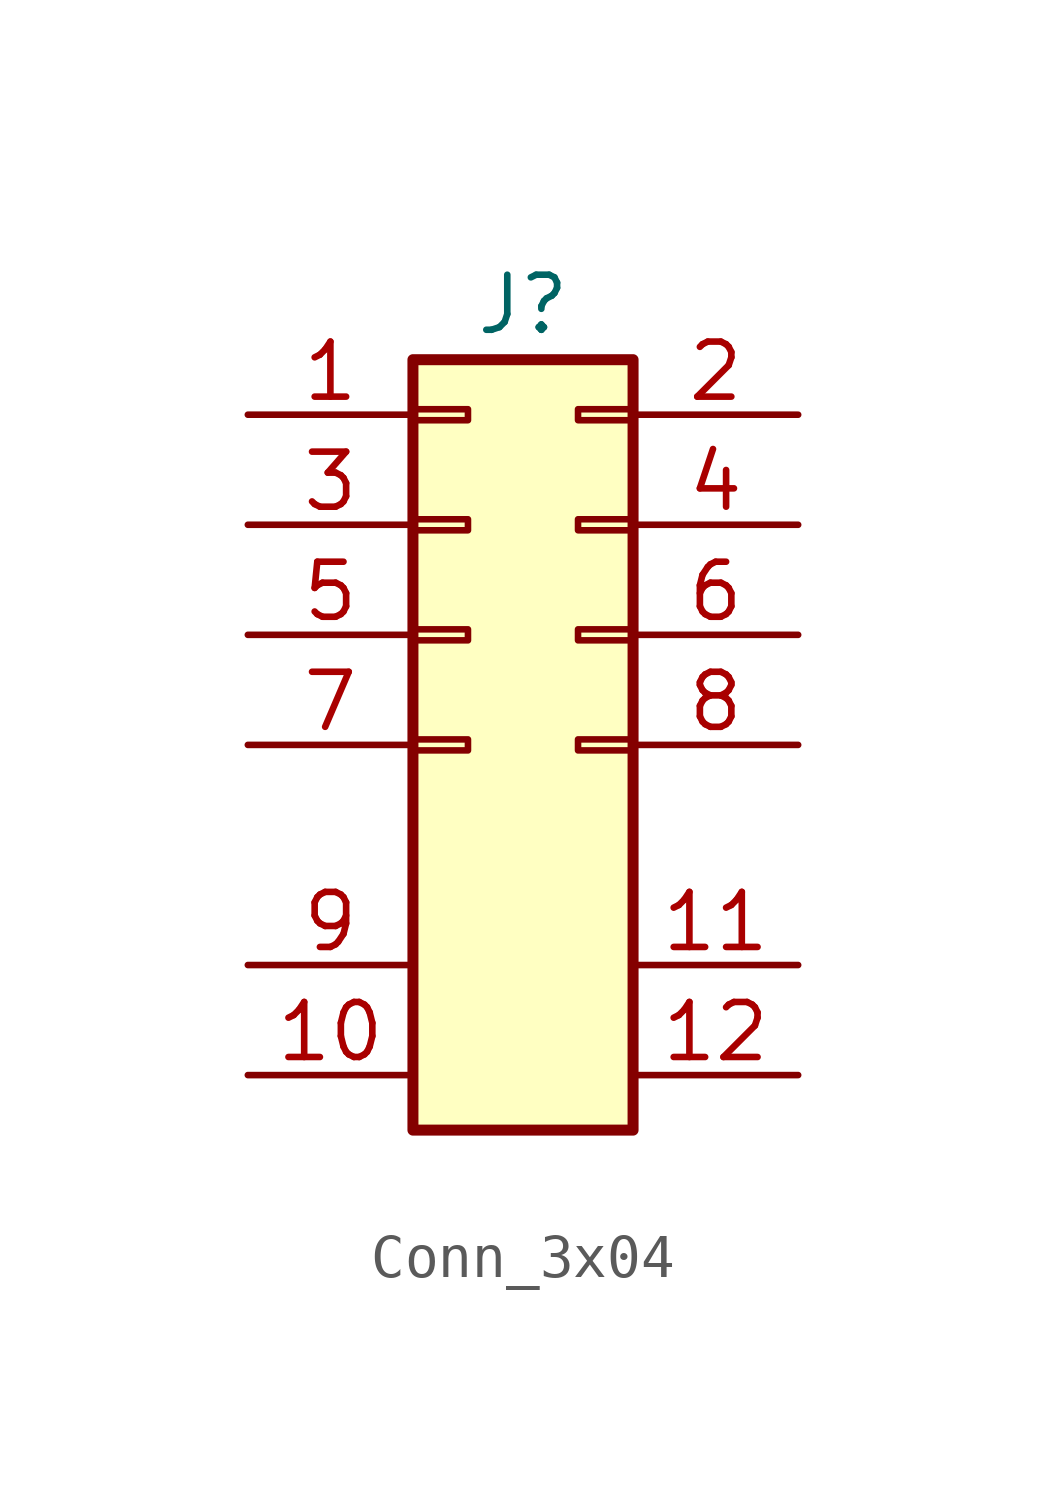
<source format=kicad_sym>
(kicad_symbol_lib
  (version 20220914)
  (generator kicad_symbol_editor)
  (symbol "Conn_3x04"
    (property "Reference" "J"
      (at 0 13.97 0)
      (effects (font (size 1.27 1.27))))
    (property "Value" ""
      (at 0 13.97 0)
      (effects (font (size 1.27 1.27))))
    (symbol "Conn_3x04_1_1"
      (rectangle (start -2.54 3.937) (end -1.27 3.683) (stroke (width 0.152) (type default)) (fill (type none)))
      (rectangle (start -2.54 6.477) (end -1.27 6.223) (stroke (width 0.152) (type default)) (fill (type none)))
      (rectangle (start -2.54 9.017) (end -1.27 8.763) (stroke (width 0.152) (type default)) (fill (type none)))
      (rectangle (start -2.54 11.557) (end -1.27 11.303) (stroke (width 0.152) (type default)) (fill (type none)))
      (rectangle (start -2.54 12.7) (end 2.54 -5.08) (stroke (width 0.254) (type default)) (fill (type background)))
      (rectangle (start 2.54 3.937) (end 1.27 3.683) (stroke (width 0.152) (type default)) (fill (type none)))
      (rectangle (start 2.54 6.477) (end 1.27 6.223) (stroke (width 0.152) (type default)) (fill (type none)))
      (rectangle (start 2.54 9.017) (end 1.27 8.763) (stroke (width 0.152) (type default)) (fill (type none)))
      (rectangle (start 2.54 11.557) (end 1.27 11.303) (stroke (width 0.152) (type default)) (fill (type none)))
      (pin passive line (at -6.35 11.43 0) (length 3.81) (name "" (effects (font (size 1.27 1.27)))) (number "1" (effects (font (size 1.27 1.27)))))
      (pin passive line (at -6.35 -3.81 0) (length 3.81) (name "" (effects (font (size 1.27 1.27)))) (number "10" (effects (font (size 1.27 1.27)))))
      (pin passive line (at 6.35 -1.27 180) (length 3.81) (name "" (effects (font (size 1.27 1.27)))) (number "11" (effects (font (size 1.27 1.27)))))
      (pin passive line (at 6.35 -3.81 180) (length 3.81) (name "" (effects (font (size 1.27 1.27)))) (number "12" (effects (font (size 1.27 1.27)))))
      (pin passive line (at 6.35 11.43 180) (length 3.81) (name "" (effects (font (size 1.27 1.27)))) (number "2" (effects (font (size 1.27 1.27)))))
      (pin passive line (at -6.35 8.89 0) (length 3.81) (name "" (effects (font (size 1.27 1.27)))) (number "3" (effects (font (size 1.27 1.27)))))
      (pin passive line (at 6.35 8.89 180) (length 3.81) (name "" (effects (font (size 1.27 1.27)))) (number "4" (effects (font (size 1.27 1.27)))))
      (pin passive line (at -6.35 6.35 0) (length 3.81) (name "" (effects (font (size 1.27 1.27)))) (number "5" (effects (font (size 1.27 1.27)))))
      (pin passive line (at 6.35 6.35 180) (length 3.81) (name "" (effects (font (size 1.27 1.27)))) (number "6" (effects (font (size 1.27 1.27)))))
      (pin passive line (at -6.35 3.81 0) (length 3.81) (name "" (effects (font (size 1.27 1.27)))) (number "7" (effects (font (size 1.27 1.27)))))
      (pin passive line (at 6.35 3.81 180) (length 3.81) (name "" (effects (font (size 1.27 1.27)))) (number "8" (effects (font (size 1.27 1.27)))))
      (pin passive line (at -6.35 -1.27 0) (length 3.81) (name "" (effects (font (size 1.27 1.27)))) (number "9" (effects (font (size 1.27 1.27))))))))
</source>
